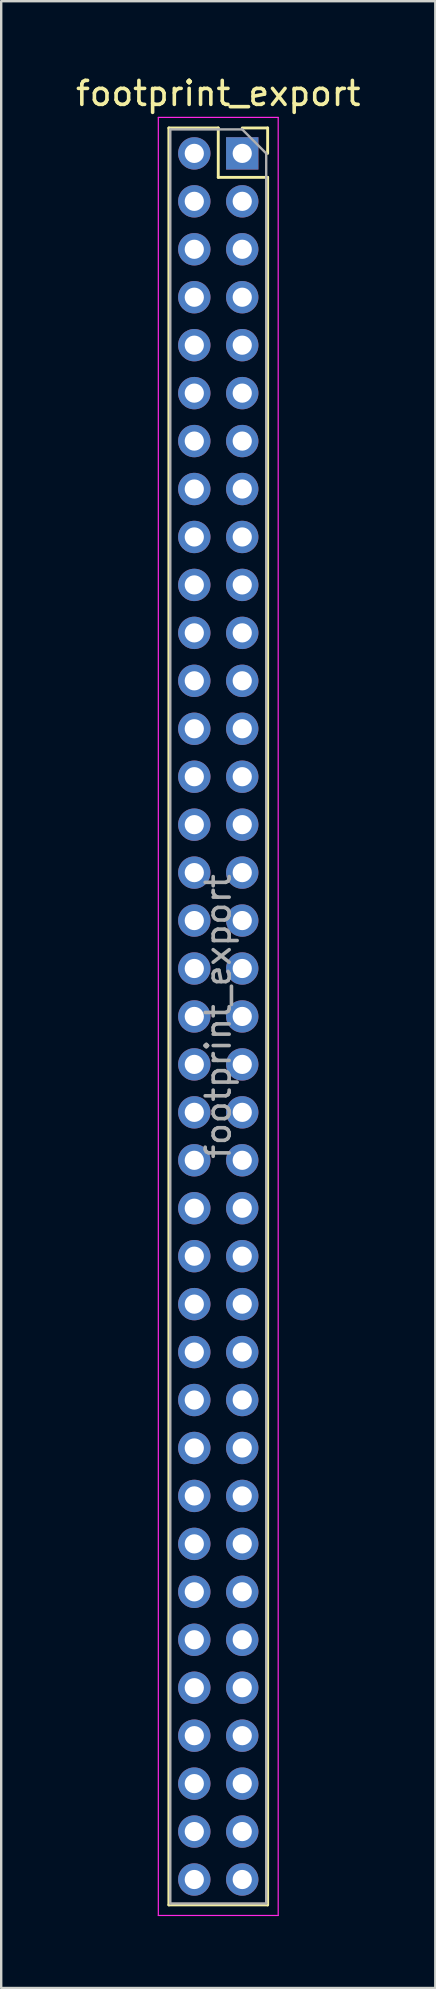
<source format=kicad_pcb>
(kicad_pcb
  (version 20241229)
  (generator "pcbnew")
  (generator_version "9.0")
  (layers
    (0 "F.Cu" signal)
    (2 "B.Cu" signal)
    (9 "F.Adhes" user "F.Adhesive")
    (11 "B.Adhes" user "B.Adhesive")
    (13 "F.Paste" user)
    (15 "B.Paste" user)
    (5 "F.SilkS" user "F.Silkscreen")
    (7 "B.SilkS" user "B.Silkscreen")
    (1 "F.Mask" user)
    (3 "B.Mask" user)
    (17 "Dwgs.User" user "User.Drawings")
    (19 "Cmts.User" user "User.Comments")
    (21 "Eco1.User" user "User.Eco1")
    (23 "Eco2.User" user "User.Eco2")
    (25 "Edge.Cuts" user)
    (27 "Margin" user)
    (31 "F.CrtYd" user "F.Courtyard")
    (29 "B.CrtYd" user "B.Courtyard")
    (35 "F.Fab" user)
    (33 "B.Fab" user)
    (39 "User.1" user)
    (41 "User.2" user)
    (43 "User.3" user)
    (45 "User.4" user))
  (footprint "footprint_export"
    (layer "F.Cu")
    (at 7.054 3.348)
    (property "Reference" "footprint_export" (at -1 -2.5 0) (layer "F.SilkS") (effects (font (size 1 1) (thickness 0.15))))
    (attr through_hole)
    (fp_line (start -3.06 -1.06) (end -3.06 73.06) (stroke (width 0.12) (type solid)) (layer "F.SilkS"))
    (fp_line (start -3.06 -1.06) (end -1 -1.06) (stroke (width 0.12) (type solid)) (layer "F.SilkS"))
    (fp_line (start -3.06 73.06) (end 1.06 73.06) (stroke (width 0.12) (type solid)) (layer "F.SilkS"))
    (fp_line (start -1 -1.06) (end -1 1) (stroke (width 0.12) (type solid)) (layer "F.SilkS"))
    (fp_line (start -1 1) (end 1.06 1) (stroke (width 0.12) (type solid)) (layer "F.SilkS"))
    (fp_line (start 0 -1.06) (end 1.06 -1.06) (stroke (width 0.12) (type solid)) (layer "F.SilkS"))
    (fp_line (start 1.06 -1.06) (end 1.06 0) (stroke (width 0.12) (type solid)) (layer "F.SilkS"))
    (fp_line (start 1.06 1) (end 1.06 73.06) (stroke (width 0.12) (type solid)) (layer "F.SilkS"))
    (fp_line (start -3.5 -1.5) (end 1.5 -1.5) (stroke (width 0.05) (type solid)) (layer "F.CrtYd"))
    (fp_line (start -3.5 73.5) (end -3.5 -1.5) (stroke (width 0.05) (type solid)) (layer "F.CrtYd"))
    (fp_line (start 1.5 -1.5) (end 1.5 73.5) (stroke (width 0.05) (type solid)) (layer "F.CrtYd"))
    (fp_line (start 1.5 73.5) (end -3.5 73.5) (stroke (width 0.05) (type solid)) (layer "F.CrtYd"))
    (fp_line (start -3 -1) (end 0 -1) (stroke (width 0.1) (type solid)) (layer "F.Fab"))
    (fp_line (start -3 73) (end -3 -1) (stroke (width 0.1) (type solid)) (layer "F.Fab"))
    (fp_line (start 0 -1) (end 1 0) (stroke (width 0.1) (type solid)) (layer "F.Fab"))
    (fp_line (start 1 0) (end 1 73) (stroke (width 0.1) (type solid)) (layer "F.Fab"))
    (fp_line (start 1 73) (end -3 73) (stroke (width 0.1) (type solid)) (layer "F.Fab"))
    (fp_text user "${REFERENCE}" (at -1 36 90) (layer "F.Fab") (effects (font (size 1 1) (thickness 0.15))))
    (pad "1" thru_hole rect (at 0 0) (size 1.35 1.35) (drill 0.8) (layers "*.Cu" "*.Mask"))
    (pad "2" thru_hole oval (at -2 0) (size 1.35 1.35) (drill 0.8) (layers "*.Cu" "*.Mask"))
    (pad "3" thru_hole oval (at 0 2) (size 1.35 1.35) (drill 0.8) (layers "*.Cu" "*.Mask"))
    (pad "4" thru_hole oval (at -2 2) (size 1.35 1.35) (drill 0.8) (layers "*.Cu" "*.Mask"))
    (pad "5" thru_hole oval (at 0 4) (size 1.35 1.35) (drill 0.8) (layers "*.Cu" "*.Mask"))
    (pad "6" thru_hole oval (at -2 4) (size 1.35 1.35) (drill 0.8) (layers "*.Cu" "*.Mask"))
    (pad "7" thru_hole oval (at 0 6) (size 1.35 1.35) (drill 0.8) (layers "*.Cu" "*.Mask"))
    (pad "8" thru_hole oval (at -2 6) (size 1.35 1.35) (drill 0.8) (layers "*.Cu" "*.Mask"))
    (pad "9" thru_hole oval (at 0 8) (size 1.35 1.35) (drill 0.8) (layers "*.Cu" "*.Mask"))
    (pad "10" thru_hole oval (at -2 8) (size 1.35 1.35) (drill 0.8) (layers "*.Cu" "*.Mask"))
    (pad "11" thru_hole oval (at 0 10) (size 1.35 1.35) (drill 0.8) (layers "*.Cu" "*.Mask"))
    (pad "12" thru_hole oval (at -2 10) (size 1.35 1.35) (drill 0.8) (layers "*.Cu" "*.Mask"))
    (pad "13" thru_hole oval (at 0 12) (size 1.35 1.35) (drill 0.8) (layers "*.Cu" "*.Mask"))
    (pad "14" thru_hole oval (at -2 12) (size 1.35 1.35) (drill 0.8) (layers "*.Cu" "*.Mask"))
    (pad "15" thru_hole oval (at 0 14) (size 1.35 1.35) (drill 0.8) (layers "*.Cu" "*.Mask"))
    (pad "16" thru_hole oval (at -2 14) (size 1.35 1.35) (drill 0.8) (layers "*.Cu" "*.Mask"))
    (pad "17" thru_hole oval (at 0 16) (size 1.35 1.35) (drill 0.8) (layers "*.Cu" "*.Mask"))
    (pad "18" thru_hole oval (at -2 16) (size 1.35 1.35) (drill 0.8) (layers "*.Cu" "*.Mask"))
    (pad "19" thru_hole oval (at 0 18) (size 1.35 1.35) (drill 0.8) (layers "*.Cu" "*.Mask"))
    (pad "20" thru_hole oval (at -2 18) (size 1.35 1.35) (drill 0.8) (layers "*.Cu" "*.Mask"))
    (pad "21" thru_hole oval (at 0 20) (size 1.35 1.35) (drill 0.8) (layers "*.Cu" "*.Mask"))
    (pad "22" thru_hole oval (at -2 20) (size 1.35 1.35) (drill 0.8) (layers "*.Cu" "*.Mask"))
    (pad "23" thru_hole oval (at 0 22) (size 1.35 1.35) (drill 0.8) (layers "*.Cu" "*.Mask"))
    (pad "24" thru_hole oval (at -2 22) (size 1.35 1.35) (drill 0.8) (layers "*.Cu" "*.Mask"))
    (pad "25" thru_hole oval (at 0 24) (size 1.35 1.35) (drill 0.8) (layers "*.Cu" "*.Mask"))
    (pad "26" thru_hole oval (at -2 24) (size 1.35 1.35) (drill 0.8) (layers "*.Cu" "*.Mask"))
    (pad "27" thru_hole oval (at 0 26) (size 1.35 1.35) (drill 0.8) (layers "*.Cu" "*.Mask"))
    (pad "28" thru_hole oval (at -2 26) (size 1.35 1.35) (drill 0.8) (layers "*.Cu" "*.Mask"))
    (pad "29" thru_hole oval (at 0 28) (size 1.35 1.35) (drill 0.8) (layers "*.Cu" "*.Mask"))
    (pad "30" thru_hole oval (at -2 28) (size 1.35 1.35) (drill 0.8) (layers "*.Cu" "*.Mask"))
    (pad "31" thru_hole oval (at 0 30) (size 1.35 1.35) (drill 0.8) (layers "*.Cu" "*.Mask"))
    (pad "32" thru_hole oval (at -2 30) (size 1.35 1.35) (drill 0.8) (layers "*.Cu" "*.Mask"))
    (pad "33" thru_hole oval (at 0 32) (size 1.35 1.35) (drill 0.8) (layers "*.Cu" "*.Mask"))
    (pad "34" thru_hole oval (at -2 32) (size 1.35 1.35) (drill 0.8) (layers "*.Cu" "*.Mask"))
    (pad "35" thru_hole oval (at 0 34) (size 1.35 1.35) (drill 0.8) (layers "*.Cu" "*.Mask"))
    (pad "36" thru_hole oval (at -2 34) (size 1.35 1.35) (drill 0.8) (layers "*.Cu" "*.Mask"))
    (pad "37" thru_hole oval (at 0 36) (size 1.35 1.35) (drill 0.8) (layers "*.Cu" "*.Mask"))
    (pad "38" thru_hole oval (at -2 36) (size 1.35 1.35) (drill 0.8) (layers "*.Cu" "*.Mask"))
    (pad "39" thru_hole oval (at 0 38) (size 1.35 1.35) (drill 0.8) (layers "*.Cu" "*.Mask"))
    (pad "40" thru_hole oval (at -2 38) (size 1.35 1.35) (drill 0.8) (layers "*.Cu" "*.Mask"))
    (pad "41" thru_hole oval (at 0 40) (size 1.35 1.35) (drill 0.8) (layers "*.Cu" "*.Mask"))
    (pad "42" thru_hole oval (at -2 40) (size 1.35 1.35) (drill 0.8) (layers "*.Cu" "*.Mask"))
    (pad "43" thru_hole oval (at 0 42) (size 1.35 1.35) (drill 0.8) (layers "*.Cu" "*.Mask"))
    (pad "44" thru_hole oval (at -2 42) (size 1.35 1.35) (drill 0.8) (layers "*.Cu" "*.Mask"))
    (pad "45" thru_hole oval (at 0 44) (size 1.35 1.35) (drill 0.8) (layers "*.Cu" "*.Mask"))
    (pad "46" thru_hole oval (at -2 44) (size 1.35 1.35) (drill 0.8) (layers "*.Cu" "*.Mask"))
    (pad "47" thru_hole oval (at 0 46) (size 1.35 1.35) (drill 0.8) (layers "*.Cu" "*.Mask"))
    (pad "48" thru_hole oval (at -2 46) (size 1.35 1.35) (drill 0.8) (layers "*.Cu" "*.Mask"))
    (pad "49" thru_hole oval (at 0 48) (size 1.35 1.35) (drill 0.8) (layers "*.Cu" "*.Mask"))
    (pad "50" thru_hole oval (at -2 48) (size 1.35 1.35) (drill 0.8) (layers "*.Cu" "*.Mask"))
    (pad "51" thru_hole oval (at 0 50) (size 1.35 1.35) (drill 0.8) (layers "*.Cu" "*.Mask"))
    (pad "52" thru_hole oval (at -2 50) (size 1.35 1.35) (drill 0.8) (layers "*.Cu" "*.Mask"))
    (pad "53" thru_hole oval (at 0 52) (size 1.35 1.35) (drill 0.8) (layers "*.Cu" "*.Mask"))
    (pad "54" thru_hole oval (at -2 52) (size 1.35 1.35) (drill 0.8) (layers "*.Cu" "*.Mask"))
    (pad "55" thru_hole oval (at 0 54) (size 1.35 1.35) (drill 0.8) (layers "*.Cu" "*.Mask"))
    (pad "56" thru_hole oval (at -2 54) (size 1.35 1.35) (drill 0.8) (layers "*.Cu" "*.Mask"))
    (pad "57" thru_hole oval (at 0 56) (size 1.35 1.35) (drill 0.8) (layers "*.Cu" "*.Mask"))
    (pad "58" thru_hole oval (at -2 56) (size 1.35 1.35) (drill 0.8) (layers "*.Cu" "*.Mask"))
    (pad "59" thru_hole oval (at 0 58) (size 1.35 1.35) (drill 0.8) (layers "*.Cu" "*.Mask"))
    (pad "60" thru_hole oval (at -2 58) (size 1.35 1.35) (drill 0.8) (layers "*.Cu" "*.Mask"))
    (pad "61" thru_hole oval (at 0 60) (size 1.35 1.35) (drill 0.8) (layers "*.Cu" "*.Mask"))
    (pad "62" thru_hole oval (at -2 60) (size 1.35 1.35) (drill 0.8) (layers "*.Cu" "*.Mask"))
    (pad "63" thru_hole oval (at 0 62) (size 1.35 1.35) (drill 0.8) (layers "*.Cu" "*.Mask"))
    (pad "64" thru_hole oval (at -2 62) (size 1.35 1.35) (drill 0.8) (layers "*.Cu" "*.Mask"))
    (pad "65" thru_hole oval (at 0 64) (size 1.35 1.35) (drill 0.8) (layers "*.Cu" "*.Mask"))
    (pad "66" thru_hole oval (at -2 64) (size 1.35 1.35) (drill 0.8) (layers "*.Cu" "*.Mask"))
    (pad "67" thru_hole oval (at 0 66) (size 1.35 1.35) (drill 0.8) (layers "*.Cu" "*.Mask"))
    (pad "68" thru_hole oval (at -2 66) (size 1.35 1.35) (drill 0.8) (layers "*.Cu" "*.Mask"))
    (pad "69" thru_hole oval (at 0 68) (size 1.35 1.35) (drill 0.8) (layers "*.Cu" "*.Mask"))
    (pad "70" thru_hole oval (at -2 68) (size 1.35 1.35) (drill 0.8) (layers "*.Cu" "*.Mask"))
    (pad "71" thru_hole oval (at 0 70) (size 1.35 1.35) (drill 0.8) (layers "*.Cu" "*.Mask"))
    (pad "72" thru_hole oval (at -2 70) (size 1.35 1.35) (drill 0.8) (layers "*.Cu" "*.Mask"))
    (pad "73" thru_hole oval (at 0 72) (size 1.35 1.35) (drill 0.8) (layers "*.Cu" "*.Mask"))
    (pad "74" thru_hole oval (at -2 72) (size 1.35 1.35) (drill 0.8) (layers "*.Cu" "*.Mask")))
  (gr_rect
    (start -3 -3)
    (end 15.107 79.873)
    (stroke (width 0.1) (type default))
    (fill no)
    (layer "Edge.Cuts")))
</source>
